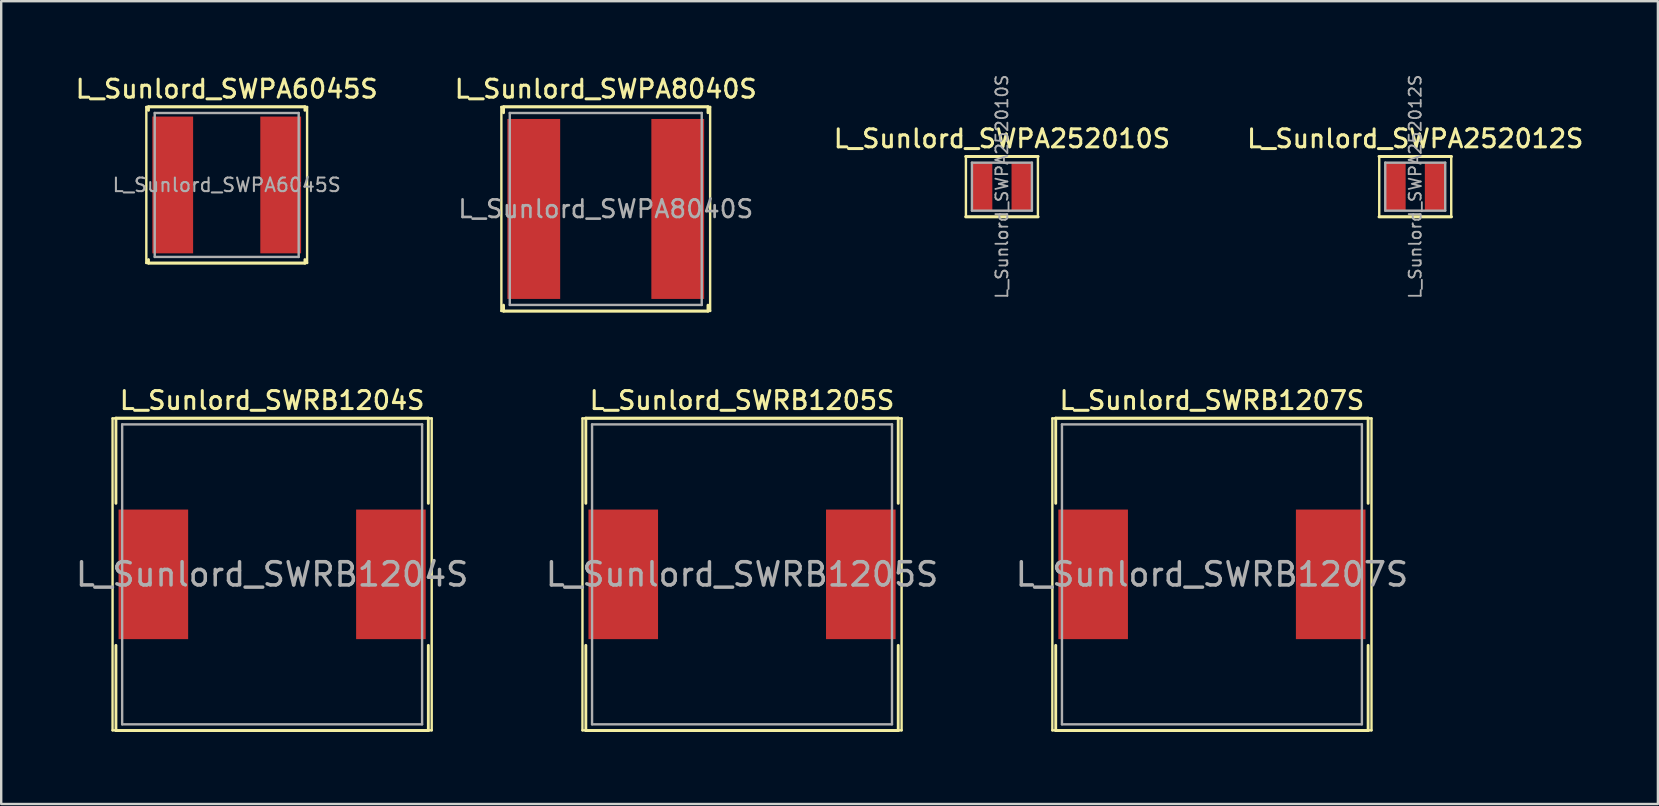
<source format=kicad_pcb>
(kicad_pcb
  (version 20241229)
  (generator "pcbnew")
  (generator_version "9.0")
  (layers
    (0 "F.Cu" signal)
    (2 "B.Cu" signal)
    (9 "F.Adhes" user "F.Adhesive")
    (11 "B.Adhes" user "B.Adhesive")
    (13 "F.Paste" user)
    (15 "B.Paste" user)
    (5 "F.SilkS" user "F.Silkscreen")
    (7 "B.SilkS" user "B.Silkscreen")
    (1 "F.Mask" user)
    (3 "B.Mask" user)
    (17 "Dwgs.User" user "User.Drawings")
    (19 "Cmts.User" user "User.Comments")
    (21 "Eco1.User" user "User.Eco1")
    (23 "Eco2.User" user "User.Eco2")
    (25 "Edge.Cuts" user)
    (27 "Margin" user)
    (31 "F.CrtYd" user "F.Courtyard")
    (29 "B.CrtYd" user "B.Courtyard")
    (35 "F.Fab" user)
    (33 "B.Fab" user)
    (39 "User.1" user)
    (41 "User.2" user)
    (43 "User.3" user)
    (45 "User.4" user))
  (footprint "L_Sunlord_SWPA252010S"
    (layer "F.Cu")
    (at 38.705 4.729)
    (property "Reference" "L_Sunlord_SWPA252010S" (at 0 -2 0) (layer "F.SilkS") (effects (font (size 0.75 0.75) (thickness 0.125))))
    (attr smd)
    (fp_line (start -1.51 -1.26) (end 1.51 -1.26) (stroke (width 0.12) (type solid)) (layer "F.SilkS"))
    (fp_line (start -1.51 1.26) (end 1.51 1.26) (stroke (width 0.12) (type solid)) (layer "F.SilkS"))
    (fp_line (start -1.5 -1.25) (end -1.5 1.25) (stroke (width 0.1) (type solid)) (layer "F.SilkS"))
    (fp_line (start -1.5 1.25) (end 1.5 1.25) (stroke (width 0.1) (type solid)) (layer "F.SilkS"))
    (fp_line (start 1.5 -1.25) (end -1.5 -1.25) (stroke (width 0.1) (type solid)) (layer "F.SilkS"))
    (fp_line (start 1.5 1.25) (end 1.5 -1.25) (stroke (width 0.1) (type solid)) (layer "F.SilkS"))
    (fp_line (start -1.25 -1) (end -1.25 1) (stroke (width 0.1) (type solid)) (layer "F.Fab"))
    (fp_line (start -1.25 1) (end 1.25 1) (stroke (width 0.1) (type solid)) (layer "F.Fab"))
    (fp_line (start 1.25 -1) (end -1.25 -1) (stroke (width 0.1) (type solid)) (layer "F.Fab"))
    (fp_line (start 1.25 1) (end 1.25 -1) (stroke (width 0.1) (type solid)) (layer "F.Fab"))
    (fp_text user "${REFERENCE}" (at 0 0 90) (layer "F.Fab") (effects (font (size 0.5 0.5) (thickness 0.075))))
    (pad "1" smd rect (at -0.825 0) (size 0.85 2) (layers "F.Cu" "F.Mask" "F.Paste"))
    (pad "2" smd rect (at 0.825 0) (size 0.85 2) (layers "F.Cu" "F.Mask" "F.Paste")))
  (footprint "L_Sunlord_SWRB1205S"
    (layer "F.Cu")
    (at 27.874 20.886)
    (property "Reference" "L_Sunlord_SWRB1205S" (at 0 -7.25 0) (layer "F.SilkS") (effects (font (size 0.75 0.75) (thickness 0.125))))
    (attr smd)
    (fp_line (start -6.65 -6.5) (end -6.65 6.5) (stroke (width 0.1) (type solid)) (layer "F.SilkS"))
    (fp_line (start -6.65 6.5) (end 6.65 6.5) (stroke (width 0.1) (type solid)) (layer "F.SilkS"))
    (fp_line (start -6.51 -6.51) (end -6.51 -2.96) (stroke (width 0.12) (type solid)) (layer "F.SilkS"))
    (fp_line (start -6.51 -6.51) (end 6.51 -6.51) (stroke (width 0.12) (type solid)) (layer "F.SilkS"))
    (fp_line (start -6.51 6.51) (end -6.51 2.96) (stroke (width 0.12) (type solid)) (layer "F.SilkS"))
    (fp_line (start -6.51 6.51) (end 6.51 6.51) (stroke (width 0.12) (type solid)) (layer "F.SilkS"))
    (fp_line (start 6.51 -6.51) (end 6.51 -2.96) (stroke (width 0.12) (type solid)) (layer "F.SilkS"))
    (fp_line (start 6.51 6.51) (end 6.51 2.96) (stroke (width 0.12) (type solid)) (layer "F.SilkS"))
    (fp_line (start 6.65 -6.5) (end -6.65 -6.5) (stroke (width 0.1) (type solid)) (layer "F.SilkS"))
    (fp_line (start 6.65 6.5) (end 6.65 -6.5) (stroke (width 0.1) (type solid)) (layer "F.SilkS"))
    (fp_line (start -6.25 -6.25) (end -6.25 6.25) (stroke (width 0.1) (type solid)) (layer "F.Fab"))
    (fp_line (start -6.25 6.25) (end 6.25 6.25) (stroke (width 0.1) (type solid)) (layer "F.Fab"))
    (fp_line (start 6.25 -6.25) (end -6.25 -6.25) (stroke (width 0.1) (type solid)) (layer "F.Fab"))
    (fp_line (start 6.25 6.25) (end 6.25 -6.25) (stroke (width 0.1) (type solid)) (layer "F.Fab"))
    (fp_text user "${REFERENCE}" (at 0 0 0) (layer "F.Fab") (effects (font (size 0.967 0.967) (thickness 0.145))))
    (pad "1" smd rect (at -4.95 0) (size 2.9 5.4) (layers "F.Cu" "F.Mask" "F.Paste"))
    (pad "2" smd rect (at 4.95 0) (size 2.9 5.4) (layers "F.Cu" "F.Mask" "F.Paste")))
  (footprint "L_Sunlord_SWPA6045S"
    (layer "F.Cu")
    (at 6.398 4.658)
    (property "Reference" "L_Sunlord_SWPA6045S" (at 0 -4 0) (layer "F.SilkS") (effects (font (size 0.75 0.75) (thickness 0.125))))
    (attr smd)
    (fp_line (start -3.35 -3.25) (end -3.35 3.25) (stroke (width 0.1) (type solid)) (layer "F.SilkS"))
    (fp_line (start -3.35 3.25) (end 3.35 3.25) (stroke (width 0.1) (type solid)) (layer "F.SilkS"))
    (fp_line (start -3.26 -3.26) (end -3.26 -3.11) (stroke (width 0.12) (type solid)) (layer "F.SilkS"))
    (fp_line (start -3.26 -3.26) (end 3.26 -3.26) (stroke (width 0.12) (type solid)) (layer "F.SilkS"))
    (fp_line (start -3.26 3.26) (end -3.26 3.11) (stroke (width 0.12) (type solid)) (layer "F.SilkS"))
    (fp_line (start -3.26 3.26) (end 3.26 3.26) (stroke (width 0.12) (type solid)) (layer "F.SilkS"))
    (fp_line (start 3.26 -3.26) (end 3.26 -3.11) (stroke (width 0.12) (type solid)) (layer "F.SilkS"))
    (fp_line (start 3.26 3.26) (end 3.26 3.11) (stroke (width 0.12) (type solid)) (layer "F.SilkS"))
    (fp_line (start 3.35 -3.25) (end -3.35 -3.25) (stroke (width 0.1) (type solid)) (layer "F.SilkS"))
    (fp_line (start 3.35 3.25) (end 3.35 -3.25) (stroke (width 0.1) (type solid)) (layer "F.SilkS"))
    (fp_line (start -3 -3) (end -3 3) (stroke (width 0.1) (type solid)) (layer "F.Fab"))
    (fp_line (start -3 3) (end 3 3) (stroke (width 0.1) (type solid)) (layer "F.Fab"))
    (fp_line (start 3 -3) (end -3 -3) (stroke (width 0.1) (type solid)) (layer "F.Fab"))
    (fp_line (start 3 3) (end 3 -3) (stroke (width 0.1) (type solid)) (layer "F.Fab"))
    (fp_text user "${REFERENCE}" (at 0 0 0) (layer "F.Fab") (effects (font (size 0.567 0.567) (thickness 0.085))))
    (pad "1" smd rect (at -2.25 0) (size 1.7 5.7) (layers "F.Cu" "F.Mask" "F.Paste"))
    (pad "2" smd rect (at 2.25 0) (size 1.7 5.7) (layers "F.Cu" "F.Mask" "F.Paste")))
  (footprint "L_Sunlord_SWRB1204S"
    (layer "F.Cu")
    (at 8.291 20.886)
    (property "Reference" "L_Sunlord_SWRB1204S" (at 0 -7.25 0) (layer "F.SilkS") (effects (font (size 0.75 0.75) (thickness 0.125))))
    (attr smd)
    (fp_line (start -6.65 -6.5) (end -6.65 6.5) (stroke (width 0.1) (type solid)) (layer "F.SilkS"))
    (fp_line (start -6.65 6.5) (end 6.65 6.5) (stroke (width 0.1) (type solid)) (layer "F.SilkS"))
    (fp_line (start -6.51 -6.51) (end -6.51 -2.96) (stroke (width 0.12) (type solid)) (layer "F.SilkS"))
    (fp_line (start -6.51 -6.51) (end 6.51 -6.51) (stroke (width 0.12) (type solid)) (layer "F.SilkS"))
    (fp_line (start -6.51 6.51) (end -6.51 2.96) (stroke (width 0.12) (type solid)) (layer "F.SilkS"))
    (fp_line (start -6.51 6.51) (end 6.51 6.51) (stroke (width 0.12) (type solid)) (layer "F.SilkS"))
    (fp_line (start 6.51 -6.51) (end 6.51 -2.96) (stroke (width 0.12) (type solid)) (layer "F.SilkS"))
    (fp_line (start 6.51 6.51) (end 6.51 2.96) (stroke (width 0.12) (type solid)) (layer "F.SilkS"))
    (fp_line (start 6.65 -6.5) (end -6.65 -6.5) (stroke (width 0.1) (type solid)) (layer "F.SilkS"))
    (fp_line (start 6.65 6.5) (end 6.65 -6.5) (stroke (width 0.1) (type solid)) (layer "F.SilkS"))
    (fp_line (start -6.25 -6.25) (end -6.25 6.25) (stroke (width 0.1) (type solid)) (layer "F.Fab"))
    (fp_line (start -6.25 6.25) (end 6.25 6.25) (stroke (width 0.1) (type solid)) (layer "F.Fab"))
    (fp_line (start 6.25 -6.25) (end -6.25 -6.25) (stroke (width 0.1) (type solid)) (layer "F.Fab"))
    (fp_line (start 6.25 6.25) (end 6.25 -6.25) (stroke (width 0.1) (type solid)) (layer "F.Fab"))
    (fp_text user "${REFERENCE}" (at 0 0 0) (layer "F.Fab") (effects (font (size 0.967 0.967) (thickness 0.145))))
    (pad "1" smd rect (at -4.95 0) (size 2.9 5.4) (layers "F.Cu" "F.Mask" "F.Paste"))
    (pad "2" smd rect (at 4.95 0) (size 2.9 5.4) (layers "F.Cu" "F.Mask" "F.Paste")))
  (footprint "L_Sunlord_SWPA252012S"
    (layer "F.Cu")
    (at 55.93 4.729)
    (property "Reference" "L_Sunlord_SWPA252012S" (at 0 -2 0) (layer "F.SilkS") (effects (font (size 0.75 0.75) (thickness 0.125))))
    (attr smd)
    (fp_line (start -1.51 -1.26) (end 1.51 -1.26) (stroke (width 0.12) (type solid)) (layer "F.SilkS"))
    (fp_line (start -1.51 1.26) (end 1.51 1.26) (stroke (width 0.12) (type solid)) (layer "F.SilkS"))
    (fp_line (start -1.5 -1.25) (end -1.5 1.25) (stroke (width 0.1) (type solid)) (layer "F.SilkS"))
    (fp_line (start -1.5 1.25) (end 1.5 1.25) (stroke (width 0.1) (type solid)) (layer "F.SilkS"))
    (fp_line (start 1.5 -1.25) (end -1.5 -1.25) (stroke (width 0.1) (type solid)) (layer "F.SilkS"))
    (fp_line (start 1.5 1.25) (end 1.5 -1.25) (stroke (width 0.1) (type solid)) (layer "F.SilkS"))
    (fp_line (start -1.25 -1) (end -1.25 1) (stroke (width 0.1) (type solid)) (layer "F.Fab"))
    (fp_line (start -1.25 1) (end 1.25 1) (stroke (width 0.1) (type solid)) (layer "F.Fab"))
    (fp_line (start 1.25 -1) (end -1.25 -1) (stroke (width 0.1) (type solid)) (layer "F.Fab"))
    (fp_line (start 1.25 1) (end 1.25 -1) (stroke (width 0.1) (type solid)) (layer "F.Fab"))
    (fp_text user "${REFERENCE}" (at 0 0 90) (layer "F.Fab") (effects (font (size 0.5 0.5) (thickness 0.075))))
    (pad "1" smd rect (at -0.825 0) (size 0.85 2) (layers "F.Cu" "F.Mask" "F.Paste"))
    (pad "2" smd rect (at 0.825 0) (size 0.85 2) (layers "F.Cu" "F.Mask" "F.Paste")))
  (footprint "L_Sunlord_SWPA8040S"
    (layer "F.Cu")
    (at 22.195 5.658)
    (property "Reference" "L_Sunlord_SWPA8040S" (at 0 -5 0) (layer "F.SilkS") (effects (font (size 0.75 0.75) (thickness 0.125))))
    (attr smd)
    (fp_line (start -4.35 -4.25) (end -4.35 4.25) (stroke (width 0.1) (type solid)) (layer "F.SilkS"))
    (fp_line (start -4.35 4.25) (end 4.35 4.25) (stroke (width 0.1) (type solid)) (layer "F.SilkS"))
    (fp_line (start -4.26 -4.26) (end -4.26 -4.01) (stroke (width 0.12) (type solid)) (layer "F.SilkS"))
    (fp_line (start -4.26 -4.26) (end 4.26 -4.26) (stroke (width 0.12) (type solid)) (layer "F.SilkS"))
    (fp_line (start -4.26 4.26) (end -4.26 4.01) (stroke (width 0.12) (type solid)) (layer "F.SilkS"))
    (fp_line (start -4.26 4.26) (end 4.26 4.26) (stroke (width 0.12) (type solid)) (layer "F.SilkS"))
    (fp_line (start 4.26 -4.26) (end 4.26 -4.01) (stroke (width 0.12) (type solid)) (layer "F.SilkS"))
    (fp_line (start 4.26 4.26) (end 4.26 4.01) (stroke (width 0.12) (type solid)) (layer "F.SilkS"))
    (fp_line (start 4.35 -4.25) (end -4.35 -4.25) (stroke (width 0.1) (type solid)) (layer "F.SilkS"))
    (fp_line (start 4.35 4.25) (end 4.35 -4.25) (stroke (width 0.1) (type solid)) (layer "F.SilkS"))
    (fp_line (start -4 -4) (end -4 4) (stroke (width 0.1) (type solid)) (layer "F.Fab"))
    (fp_line (start -4 4) (end 4 4) (stroke (width 0.1) (type solid)) (layer "F.Fab"))
    (fp_line (start 4 -4) (end -4 -4) (stroke (width 0.1) (type solid)) (layer "F.Fab"))
    (fp_line (start 4 4) (end 4 -4) (stroke (width 0.1) (type solid)) (layer "F.Fab"))
    (fp_text user "${REFERENCE}" (at 0 0 0) (layer "F.Fab") (effects (font (size 0.733 0.733) (thickness 0.11))))
    (pad "1" smd rect (at -3 0) (size 2.2 7.5) (layers "F.Cu" "F.Mask" "F.Paste"))
    (pad "2" smd rect (at 3 0) (size 2.2 7.5) (layers "F.Cu" "F.Mask" "F.Paste")))
  (footprint "L_Sunlord_SWRB1207S"
    (layer "F.Cu")
    (at 47.457 20.886)
    (property "Reference" "L_Sunlord_SWRB1207S" (at 0 -7.25 0) (layer "F.SilkS") (effects (font (size 0.75 0.75) (thickness 0.125))))
    (attr smd)
    (fp_line (start -6.65 -6.5) (end -6.65 6.5) (stroke (width 0.1) (type solid)) (layer "F.SilkS"))
    (fp_line (start -6.65 6.5) (end 6.65 6.5) (stroke (width 0.1) (type solid)) (layer "F.SilkS"))
    (fp_line (start -6.51 -6.51) (end -6.51 -2.96) (stroke (width 0.12) (type solid)) (layer "F.SilkS"))
    (fp_line (start -6.51 -6.51) (end 6.51 -6.51) (stroke (width 0.12) (type solid)) (layer "F.SilkS"))
    (fp_line (start -6.51 6.51) (end -6.51 2.96) (stroke (width 0.12) (type solid)) (layer "F.SilkS"))
    (fp_line (start -6.51 6.51) (end 6.51 6.51) (stroke (width 0.12) (type solid)) (layer "F.SilkS"))
    (fp_line (start 6.51 -6.51) (end 6.51 -2.96) (stroke (width 0.12) (type solid)) (layer "F.SilkS"))
    (fp_line (start 6.51 6.51) (end 6.51 2.96) (stroke (width 0.12) (type solid)) (layer "F.SilkS"))
    (fp_line (start 6.65 -6.5) (end -6.65 -6.5) (stroke (width 0.1) (type solid)) (layer "F.SilkS"))
    (fp_line (start 6.65 6.5) (end 6.65 -6.5) (stroke (width 0.1) (type solid)) (layer "F.SilkS"))
    (fp_line (start -6.25 -6.25) (end -6.25 6.25) (stroke (width 0.1) (type solid)) (layer "F.Fab"))
    (fp_line (start -6.25 6.25) (end 6.25 6.25) (stroke (width 0.1) (type solid)) (layer "F.Fab"))
    (fp_line (start 6.25 -6.25) (end -6.25 -6.25) (stroke (width 0.1) (type solid)) (layer "F.Fab"))
    (fp_line (start 6.25 6.25) (end 6.25 -6.25) (stroke (width 0.1) (type solid)) (layer "F.Fab"))
    (fp_text user "${REFERENCE}" (at 0 0 0) (layer "F.Fab") (effects (font (size 0.967 0.967) (thickness 0.145))))
    (pad "1" smd rect (at -4.95 0) (size 2.9 5.4) (layers "F.Cu" "F.Mask" "F.Paste"))
    (pad "2" smd rect (at 4.95 0) (size 2.9 5.4) (layers "F.Cu" "F.Mask" "F.Paste")))
  (gr_rect
    (start -3 -3)
    (end 66.043 30.456)
    (stroke (width 0.1) (type default))
    (fill no)
    (layer "Edge.Cuts")))
</source>
